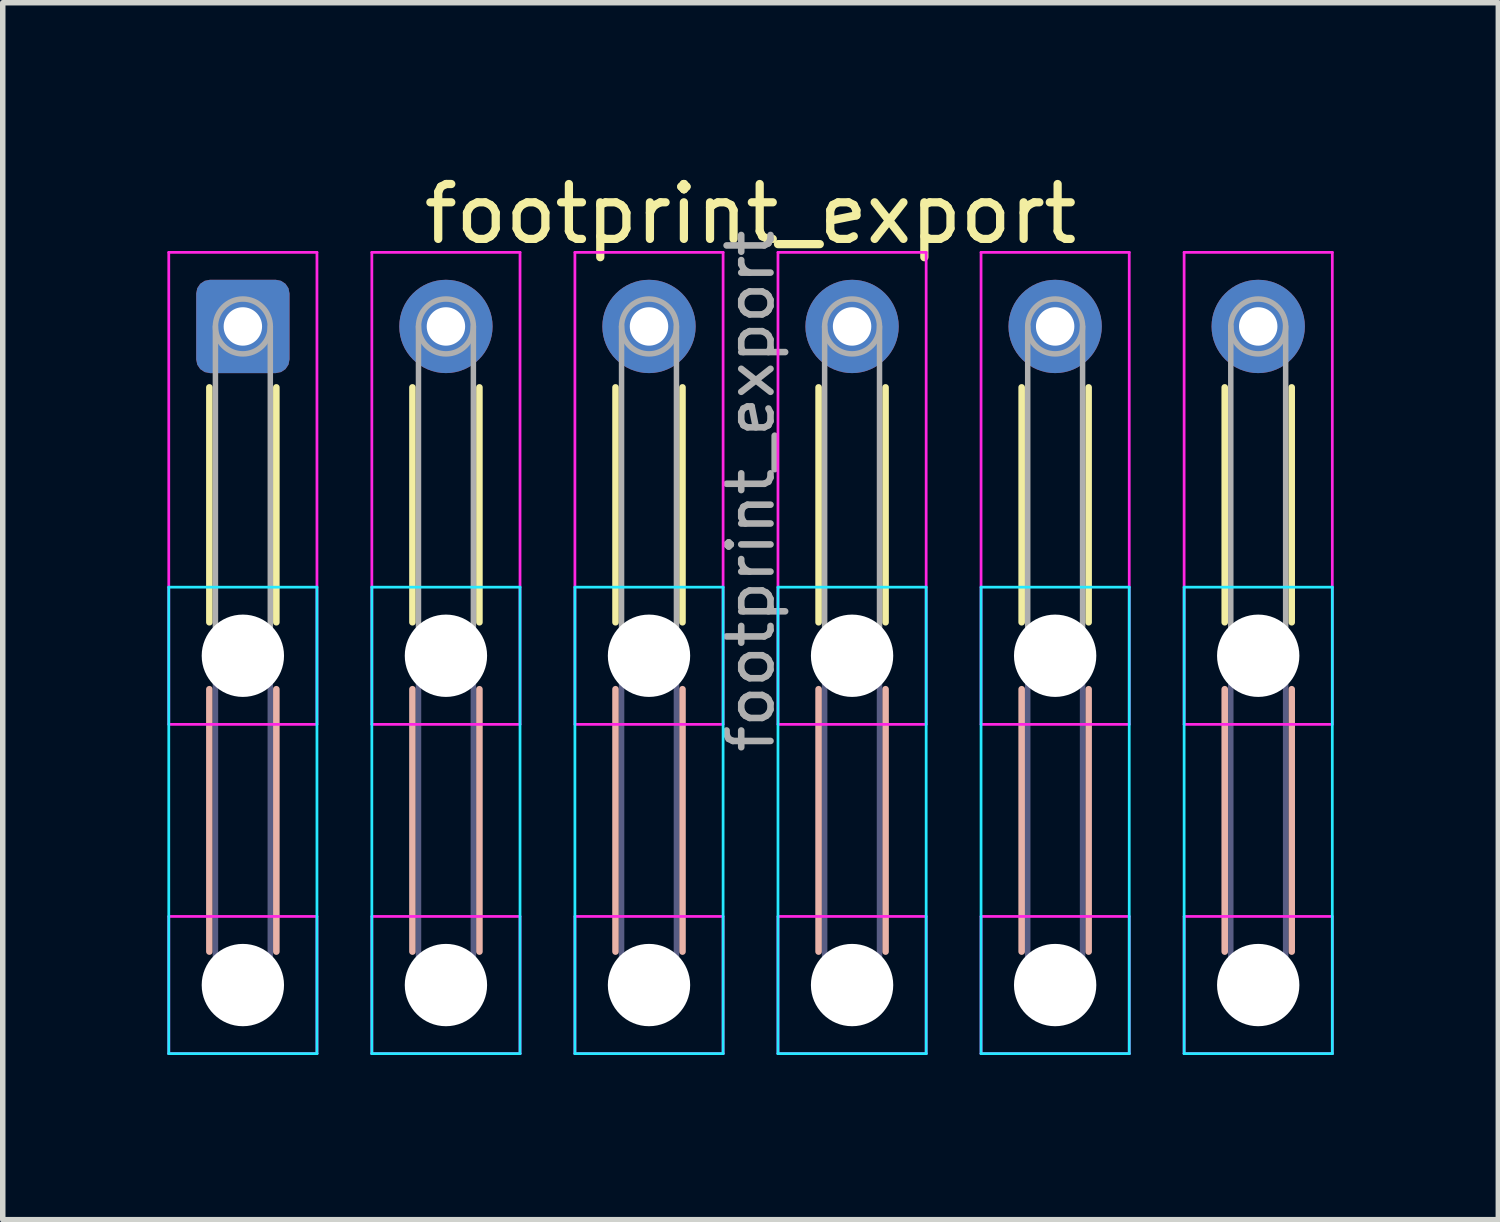
<source format=kicad_pcb>
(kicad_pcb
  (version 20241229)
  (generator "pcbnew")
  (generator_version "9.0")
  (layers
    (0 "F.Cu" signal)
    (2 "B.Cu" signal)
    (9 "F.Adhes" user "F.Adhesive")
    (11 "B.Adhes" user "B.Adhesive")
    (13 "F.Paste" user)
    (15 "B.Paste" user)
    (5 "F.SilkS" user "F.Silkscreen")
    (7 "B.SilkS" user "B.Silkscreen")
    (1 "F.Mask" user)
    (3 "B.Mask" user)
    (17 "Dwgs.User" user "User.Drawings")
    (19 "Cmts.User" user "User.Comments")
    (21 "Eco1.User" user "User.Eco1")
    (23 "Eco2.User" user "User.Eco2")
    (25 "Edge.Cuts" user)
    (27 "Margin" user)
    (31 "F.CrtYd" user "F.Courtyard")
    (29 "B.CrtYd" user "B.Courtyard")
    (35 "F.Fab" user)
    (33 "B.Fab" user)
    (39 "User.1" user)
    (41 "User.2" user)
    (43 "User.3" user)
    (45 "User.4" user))
  (footprint "footprint_export"
    (layer "F.Cu")
    (at 1.375 2.898)
    (property "Reference" "footprint_export" (at 9.25 -2.05 0) (layer "F.SilkS") (effects (font (size 1 1) (thickness 0.15))))
    (attr exclude_from_pos_files exclude_from_bom)
    (fp_line (start -0.61 1.11) (end -0.61 5.39) (stroke (width 0.12) (type solid)) (layer "F.SilkS"))
    (fp_line (start 0.61 1.11) (end 0.61 5.39) (stroke (width 0.12) (type solid)) (layer "F.SilkS"))
    (fp_line (start 3.09 1.11) (end 3.09 5.39) (stroke (width 0.12) (type solid)) (layer "F.SilkS"))
    (fp_line (start 4.31 1.11) (end 4.31 5.39) (stroke (width 0.12) (type solid)) (layer "F.SilkS"))
    (fp_line (start 6.79 1.11) (end 6.79 5.39) (stroke (width 0.12) (type solid)) (layer "F.SilkS"))
    (fp_line (start 8.01 1.11) (end 8.01 5.39) (stroke (width 0.12) (type solid)) (layer "F.SilkS"))
    (fp_line (start 10.49 1.11) (end 10.49 5.39) (stroke (width 0.12) (type solid)) (layer "F.SilkS"))
    (fp_line (start 11.71 1.11) (end 11.71 5.39) (stroke (width 0.12) (type solid)) (layer "F.SilkS"))
    (fp_line (start 14.19 1.11) (end 14.19 5.39) (stroke (width 0.12) (type solid)) (layer "F.SilkS"))
    (fp_line (start 15.41 1.11) (end 15.41 5.39) (stroke (width 0.12) (type solid)) (layer "F.SilkS"))
    (fp_line (start 17.89 1.11) (end 17.89 5.39) (stroke (width 0.12) (type solid)) (layer "F.SilkS"))
    (fp_line (start 19.11 1.11) (end 19.11 5.39) (stroke (width 0.12) (type solid)) (layer "F.SilkS"))
    (fp_line (start -0.61 6.61) (end -0.61 11.39) (stroke (width 0.12) (type solid)) (layer "B.SilkS"))
    (fp_line (start 0.61 6.61) (end 0.61 11.39) (stroke (width 0.12) (type solid)) (layer "B.SilkS"))
    (fp_line (start 3.09 6.61) (end 3.09 11.39) (stroke (width 0.12) (type solid)) (layer "B.SilkS"))
    (fp_line (start 4.31 6.61) (end 4.31 11.39) (stroke (width 0.12) (type solid)) (layer "B.SilkS"))
    (fp_line (start 6.79 6.61) (end 6.79 11.39) (stroke (width 0.12) (type solid)) (layer "B.SilkS"))
    (fp_line (start 8.01 6.61) (end 8.01 11.39) (stroke (width 0.12) (type solid)) (layer "B.SilkS"))
    (fp_line (start 10.49 6.61) (end 10.49 11.39) (stroke (width 0.12) (type solid)) (layer "B.SilkS"))
    (fp_line (start 11.71 6.61) (end 11.71 11.39) (stroke (width 0.12) (type solid)) (layer "B.SilkS"))
    (fp_line (start 14.19 6.61) (end 14.19 11.39) (stroke (width 0.12) (type solid)) (layer "B.SilkS"))
    (fp_line (start 15.41 6.61) (end 15.41 11.39) (stroke (width 0.12) (type solid)) (layer "B.SilkS"))
    (fp_line (start 17.89 6.61) (end 17.89 11.39) (stroke (width 0.12) (type solid)) (layer "B.SilkS"))
    (fp_line (start 19.11 6.61) (end 19.11 11.39) (stroke (width 0.12) (type solid)) (layer "B.SilkS"))
    (fp_line (start -1.35 4.75) (end -1.35 13.25) (stroke (width 0.05) (type solid)) (layer "B.CrtYd"))
    (fp_line (start -1.35 13.25) (end 1.35 13.25) (stroke (width 0.05) (type solid)) (layer "B.CrtYd"))
    (fp_line (start 1.35 4.75) (end -1.35 4.75) (stroke (width 0.05) (type solid)) (layer "B.CrtYd"))
    (fp_line (start 1.35 13.25) (end 1.35 4.75) (stroke (width 0.05) (type solid)) (layer "B.CrtYd"))
    (fp_line (start 2.35 4.75) (end 2.35 13.25) (stroke (width 0.05) (type solid)) (layer "B.CrtYd"))
    (fp_line (start 2.35 13.25) (end 5.05 13.25) (stroke (width 0.05) (type solid)) (layer "B.CrtYd"))
    (fp_line (start 5.05 4.75) (end 2.35 4.75) (stroke (width 0.05) (type solid)) (layer "B.CrtYd"))
    (fp_line (start 5.05 13.25) (end 5.05 4.75) (stroke (width 0.05) (type solid)) (layer "B.CrtYd"))
    (fp_line (start 6.05 4.75) (end 6.05 13.25) (stroke (width 0.05) (type solid)) (layer "B.CrtYd"))
    (fp_line (start 6.05 13.25) (end 8.75 13.25) (stroke (width 0.05) (type solid)) (layer "B.CrtYd"))
    (fp_line (start 8.75 4.75) (end 6.05 4.75) (stroke (width 0.05) (type solid)) (layer "B.CrtYd"))
    (fp_line (start 8.75 13.25) (end 8.75 4.75) (stroke (width 0.05) (type solid)) (layer "B.CrtYd"))
    (fp_line (start 9.75 4.75) (end 9.75 13.25) (stroke (width 0.05) (type solid)) (layer "B.CrtYd"))
    (fp_line (start 9.75 13.25) (end 12.45 13.25) (stroke (width 0.05) (type solid)) (layer "B.CrtYd"))
    (fp_line (start 12.45 4.75) (end 9.75 4.75) (stroke (width 0.05) (type solid)) (layer "B.CrtYd"))
    (fp_line (start 12.45 13.25) (end 12.45 4.75) (stroke (width 0.05) (type solid)) (layer "B.CrtYd"))
    (fp_line (start 13.45 4.75) (end 13.45 13.25) (stroke (width 0.05) (type solid)) (layer "B.CrtYd"))
    (fp_line (start 13.45 13.25) (end 16.15 13.25) (stroke (width 0.05) (type solid)) (layer "B.CrtYd"))
    (fp_line (start 16.15 4.75) (end 13.45 4.75) (stroke (width 0.05) (type solid)) (layer "B.CrtYd"))
    (fp_line (start 16.15 13.25) (end 16.15 4.75) (stroke (width 0.05) (type solid)) (layer "B.CrtYd"))
    (fp_line (start 17.15 4.75) (end 17.15 13.25) (stroke (width 0.05) (type solid)) (layer "B.CrtYd"))
    (fp_line (start 17.15 13.25) (end 19.85 13.25) (stroke (width 0.05) (type solid)) (layer "B.CrtYd"))
    (fp_line (start 19.85 4.75) (end 17.15 4.75) (stroke (width 0.05) (type solid)) (layer "B.CrtYd"))
    (fp_line (start 19.85 13.25) (end 19.85 4.75) (stroke (width 0.05) (type solid)) (layer "B.CrtYd"))
    (fp_line (start -1.35 -1.35) (end -1.35 7.25) (stroke (width 0.05) (type solid)) (layer "F.CrtYd"))
    (fp_line (start -1.35 7.25) (end 1.35 7.25) (stroke (width 0.05) (type solid)) (layer "F.CrtYd"))
    (fp_line (start -1.35 10.75) (end -1.35 13.25) (stroke (width 0.05) (type solid)) (layer "F.CrtYd"))
    (fp_line (start -1.35 13.25) (end 1.35 13.25) (stroke (width 0.05) (type solid)) (layer "F.CrtYd"))
    (fp_line (start 1.35 -1.35) (end -1.35 -1.35) (stroke (width 0.05) (type solid)) (layer "F.CrtYd"))
    (fp_line (start 1.35 7.25) (end 1.35 -1.35) (stroke (width 0.05) (type solid)) (layer "F.CrtYd"))
    (fp_line (start 1.35 10.75) (end -1.35 10.75) (stroke (width 0.05) (type solid)) (layer "F.CrtYd"))
    (fp_line (start 1.35 13.25) (end 1.35 10.75) (stroke (width 0.05) (type solid)) (layer "F.CrtYd"))
    (fp_line (start 2.35 -1.35) (end 2.35 7.25) (stroke (width 0.05) (type solid)) (layer "F.CrtYd"))
    (fp_line (start 2.35 7.25) (end 5.05 7.25) (stroke (width 0.05) (type solid)) (layer "F.CrtYd"))
    (fp_line (start 2.35 10.75) (end 2.35 13.25) (stroke (width 0.05) (type solid)) (layer "F.CrtYd"))
    (fp_line (start 2.35 13.25) (end 5.05 13.25) (stroke (width 0.05) (type solid)) (layer "F.CrtYd"))
    (fp_line (start 5.05 -1.35) (end 2.35 -1.35) (stroke (width 0.05) (type solid)) (layer "F.CrtYd"))
    (fp_line (start 5.05 7.25) (end 5.05 -1.35) (stroke (width 0.05) (type solid)) (layer "F.CrtYd"))
    (fp_line (start 5.05 10.75) (end 2.35 10.75) (stroke (width 0.05) (type solid)) (layer "F.CrtYd"))
    (fp_line (start 5.05 13.25) (end 5.05 10.75) (stroke (width 0.05) (type solid)) (layer "F.CrtYd"))
    (fp_line (start 6.05 -1.35) (end 6.05 7.25) (stroke (width 0.05) (type solid)) (layer "F.CrtYd"))
    (fp_line (start 6.05 7.25) (end 8.75 7.25) (stroke (width 0.05) (type solid)) (layer "F.CrtYd"))
    (fp_line (start 6.05 10.75) (end 6.05 13.25) (stroke (width 0.05) (type solid)) (layer "F.CrtYd"))
    (fp_line (start 6.05 13.25) (end 8.75 13.25) (stroke (width 0.05) (type solid)) (layer "F.CrtYd"))
    (fp_line (start 8.75 -1.35) (end 6.05 -1.35) (stroke (width 0.05) (type solid)) (layer "F.CrtYd"))
    (fp_line (start 8.75 7.25) (end 8.75 -1.35) (stroke (width 0.05) (type solid)) (layer "F.CrtYd"))
    (fp_line (start 8.75 10.75) (end 6.05 10.75) (stroke (width 0.05) (type solid)) (layer "F.CrtYd"))
    (fp_line (start 8.75 13.25) (end 8.75 10.75) (stroke (width 0.05) (type solid)) (layer "F.CrtYd"))
    (fp_line (start 9.75 -1.35) (end 9.75 7.25) (stroke (width 0.05) (type solid)) (layer "F.CrtYd"))
    (fp_line (start 9.75 7.25) (end 12.45 7.25) (stroke (width 0.05) (type solid)) (layer "F.CrtYd"))
    (fp_line (start 9.75 10.75) (end 9.75 13.25) (stroke (width 0.05) (type solid)) (layer "F.CrtYd"))
    (fp_line (start 9.75 13.25) (end 12.45 13.25) (stroke (width 0.05) (type solid)) (layer "F.CrtYd"))
    (fp_line (start 12.45 -1.35) (end 9.75 -1.35) (stroke (width 0.05) (type solid)) (layer "F.CrtYd"))
    (fp_line (start 12.45 7.25) (end 12.45 -1.35) (stroke (width 0.05) (type solid)) (layer "F.CrtYd"))
    (fp_line (start 12.45 10.75) (end 9.75 10.75) (stroke (width 0.05) (type solid)) (layer "F.CrtYd"))
    (fp_line (start 12.45 13.25) (end 12.45 10.75) (stroke (width 0.05) (type solid)) (layer "F.CrtYd"))
    (fp_line (start 13.45 -1.35) (end 13.45 7.25) (stroke (width 0.05) (type solid)) (layer "F.CrtYd"))
    (fp_line (start 13.45 7.25) (end 16.15 7.25) (stroke (width 0.05) (type solid)) (layer "F.CrtYd"))
    (fp_line (start 13.45 10.75) (end 13.45 13.25) (stroke (width 0.05) (type solid)) (layer "F.CrtYd"))
    (fp_line (start 13.45 13.25) (end 16.15 13.25) (stroke (width 0.05) (type solid)) (layer "F.CrtYd"))
    (fp_line (start 16.15 -1.35) (end 13.45 -1.35) (stroke (width 0.05) (type solid)) (layer "F.CrtYd"))
    (fp_line (start 16.15 7.25) (end 16.15 -1.35) (stroke (width 0.05) (type solid)) (layer "F.CrtYd"))
    (fp_line (start 16.15 10.75) (end 13.45 10.75) (stroke (width 0.05) (type solid)) (layer "F.CrtYd"))
    (fp_line (start 16.15 13.25) (end 16.15 10.75) (stroke (width 0.05) (type solid)) (layer "F.CrtYd"))
    (fp_line (start 17.15 -1.35) (end 17.15 7.25) (stroke (width 0.05) (type solid)) (layer "F.CrtYd"))
    (fp_line (start 17.15 7.25) (end 19.85 7.25) (stroke (width 0.05) (type solid)) (layer "F.CrtYd"))
    (fp_line (start 17.15 10.75) (end 17.15 13.25) (stroke (width 0.05) (type solid)) (layer "F.CrtYd"))
    (fp_line (start 17.15 13.25) (end 19.85 13.25) (stroke (width 0.05) (type solid)) (layer "F.CrtYd"))
    (fp_line (start 19.85 -1.35) (end 17.15 -1.35) (stroke (width 0.05) (type solid)) (layer "F.CrtYd"))
    (fp_line (start 19.85 7.25) (end 19.85 -1.35) (stroke (width 0.05) (type solid)) (layer "F.CrtYd"))
    (fp_line (start 19.85 10.75) (end 17.15 10.75) (stroke (width 0.05) (type solid)) (layer "F.CrtYd"))
    (fp_line (start 19.85 13.25) (end 19.85 10.75) (stroke (width 0.05) (type solid)) (layer "F.CrtYd"))
    (fp_line (start -0.5 6) (end -0.5 12) (stroke (width 0.1) (type solid)) (layer "B.Fab"))
    (fp_line (start 0.5 6) (end 0.5 12) (stroke (width 0.1) (type solid)) (layer "B.Fab"))
    (fp_line (start 3.2 6) (end 3.2 12) (stroke (width 0.1) (type solid)) (layer "B.Fab"))
    (fp_line (start 4.2 6) (end 4.2 12) (stroke (width 0.1) (type solid)) (layer "B.Fab"))
    (fp_line (start 6.9 6) (end 6.9 12) (stroke (width 0.1) (type solid)) (layer "B.Fab"))
    (fp_line (start 7.9 6) (end 7.9 12) (stroke (width 0.1) (type solid)) (layer "B.Fab"))
    (fp_line (start 10.6 6) (end 10.6 12) (stroke (width 0.1) (type solid)) (layer "B.Fab"))
    (fp_line (start 11.6 6) (end 11.6 12) (stroke (width 0.1) (type solid)) (layer "B.Fab"))
    (fp_line (start 14.3 6) (end 14.3 12) (stroke (width 0.1) (type solid)) (layer "B.Fab"))
    (fp_line (start 15.3 6) (end 15.3 12) (stroke (width 0.1) (type solid)) (layer "B.Fab"))
    (fp_line (start 18 6) (end 18 12) (stroke (width 0.1) (type solid)) (layer "B.Fab"))
    (fp_line (start 19 6) (end 19 12) (stroke (width 0.1) (type solid)) (layer "B.Fab"))
    (fp_circle (center 0 6) (end 0.5 6) (stroke (width 0.1) (type solid)) (fill no) (layer "B.Fab"))
    (fp_circle (center 0 12) (end 0.5 12) (stroke (width 0.1) (type solid)) (fill no) (layer "B.Fab"))
    (fp_circle (center 3.7 6) (end 4.2 6) (stroke (width 0.1) (type solid)) (fill no) (layer "B.Fab"))
    (fp_circle (center 3.7 12) (end 4.2 12) (stroke (width 0.1) (type solid)) (fill no) (layer "B.Fab"))
    (fp_circle (center 7.4 6) (end 7.9 6) (stroke (width 0.1) (type solid)) (fill no) (layer "B.Fab"))
    (fp_circle (center 7.4 12) (end 7.9 12) (stroke (width 0.1) (type solid)) (fill no) (layer "B.Fab"))
    (fp_circle (center 11.1 6) (end 11.6 6) (stroke (width 0.1) (type solid)) (fill no) (layer "B.Fab"))
    (fp_circle (center 11.1 12) (end 11.6 12) (stroke (width 0.1) (type solid)) (fill no) (layer "B.Fab"))
    (fp_circle (center 14.8 6) (end 15.3 6) (stroke (width 0.1) (type solid)) (fill no) (layer "B.Fab"))
    (fp_circle (center 14.8 12) (end 15.3 12) (stroke (width 0.1) (type solid)) (fill no) (layer "B.Fab"))
    (fp_circle (center 18.5 6) (end 19 6) (stroke (width 0.1) (type solid)) (fill no) (layer "B.Fab"))
    (fp_circle (center 18.5 12) (end 19 12) (stroke (width 0.1) (type solid)) (fill no) (layer "B.Fab"))
    (fp_line (start -0.5 0) (end -0.5 6) (stroke (width 0.1) (type solid)) (layer "F.Fab"))
    (fp_line (start 0.5 0) (end 0.5 6) (stroke (width 0.1) (type solid)) (layer "F.Fab"))
    (fp_line (start 3.2 0) (end 3.2 6) (stroke (width 0.1) (type solid)) (layer "F.Fab"))
    (fp_line (start 4.2 0) (end 4.2 6) (stroke (width 0.1) (type solid)) (layer "F.Fab"))
    (fp_line (start 6.9 0) (end 6.9 6) (stroke (width 0.1) (type solid)) (layer "F.Fab"))
    (fp_line (start 7.9 0) (end 7.9 6) (stroke (width 0.1) (type solid)) (layer "F.Fab"))
    (fp_line (start 10.6 0) (end 10.6 6) (stroke (width 0.1) (type solid)) (layer "F.Fab"))
    (fp_line (start 11.6 0) (end 11.6 6) (stroke (width 0.1) (type solid)) (layer "F.Fab"))
    (fp_line (start 14.3 0) (end 14.3 6) (stroke (width 0.1) (type solid)) (layer "F.Fab"))
    (fp_line (start 15.3 0) (end 15.3 6) (stroke (width 0.1) (type solid)) (layer "F.Fab"))
    (fp_line (start 18 0) (end 18 6) (stroke (width 0.1) (type solid)) (layer "F.Fab"))
    (fp_line (start 19 0) (end 19 6) (stroke (width 0.1) (type solid)) (layer "F.Fab"))
    (fp_circle (center 0 0) (end 0.5 0) (stroke (width 0.1) (type solid)) (fill no) (layer "F.Fab"))
    (fp_circle (center 0 6) (end 0.5 6) (stroke (width 0.1) (type solid)) (fill no) (layer "F.Fab"))
    (fp_circle (center 0 12) (end 0.5 12) (stroke (width 0.1) (type solid)) (fill no) (layer "F.Fab"))
    (fp_circle (center 3.7 0) (end 4.2 0) (stroke (width 0.1) (type solid)) (fill no) (layer "F.Fab"))
    (fp_circle (center 3.7 6) (end 4.2 6) (stroke (width 0.1) (type solid)) (fill no) (layer "F.Fab"))
    (fp_circle (center 3.7 12) (end 4.2 12) (stroke (width 0.1) (type solid)) (fill no) (layer "F.Fab"))
    (fp_circle (center 7.4 0) (end 7.9 0) (stroke (width 0.1) (type solid)) (fill no) (layer "F.Fab"))
    (fp_circle (center 7.4 6) (end 7.9 6) (stroke (width 0.1) (type solid)) (fill no) (layer "F.Fab"))
    (fp_circle (center 7.4 12) (end 7.9 12) (stroke (width 0.1) (type solid)) (fill no) (layer "F.Fab"))
    (fp_circle (center 11.1 0) (end 11.6 0) (stroke (width 0.1) (type solid)) (fill no) (layer "F.Fab"))
    (fp_circle (center 11.1 6) (end 11.6 6) (stroke (width 0.1) (type solid)) (fill no) (layer "F.Fab"))
    (fp_circle (center 11.1 12) (end 11.6 12) (stroke (width 0.1) (type solid)) (fill no) (layer "F.Fab"))
    (fp_circle (center 14.8 0) (end 15.3 0) (stroke (width 0.1) (type solid)) (fill no) (layer "F.Fab"))
    (fp_circle (center 14.8 6) (end 15.3 6) (stroke (width 0.1) (type solid)) (fill no) (layer "F.Fab"))
    (fp_circle (center 14.8 12) (end 15.3 12) (stroke (width 0.1) (type solid)) (fill no) (layer "F.Fab"))
    (fp_circle (center 18.5 0) (end 19 0) (stroke (width 0.1) (type solid)) (fill no) (layer "F.Fab"))
    (fp_circle (center 18.5 6) (end 19 6) (stroke (width 0.1) (type solid)) (fill no) (layer "F.Fab"))
    (fp_circle (center 18.5 12) (end 19 12) (stroke (width 0.1) (type solid)) (fill no) (layer "F.Fab"))
    (fp_text user "${REFERENCE}" (at 9.25 3 90) (layer "F.Fab") (effects (font (size 0.8 0.8) (thickness 0.12))))
    (pad "" np_thru_hole circle (at 0 6) (size 1.5 1.5) (drill 1.5) (layers "*.Cu" "*.Mask"))
    (pad "" np_thru_hole circle (at 0 12) (size 1.5 1.5) (drill 1.5) (layers "*.Cu" "*.Mask"))
    (pad "" np_thru_hole circle (at 3.7 6) (size 1.5 1.5) (drill 1.5) (layers "*.Cu" "*.Mask"))
    (pad "" np_thru_hole circle (at 3.7 12) (size 1.5 1.5) (drill 1.5) (layers "*.Cu" "*.Mask"))
    (pad "" np_thru_hole circle (at 7.4 6) (size 1.5 1.5) (drill 1.5) (layers "*.Cu" "*.Mask"))
    (pad "" np_thru_hole circle (at 7.4 12) (size 1.5 1.5) (drill 1.5) (layers "*.Cu" "*.Mask"))
    (pad "" np_thru_hole circle (at 11.1 6) (size 1.5 1.5) (drill 1.5) (layers "*.Cu" "*.Mask"))
    (pad "" np_thru_hole circle (at 11.1 12) (size 1.5 1.5) (drill 1.5) (layers "*.Cu" "*.Mask"))
    (pad "" np_thru_hole circle (at 14.8 6) (size 1.5 1.5) (drill 1.5) (layers "*.Cu" "*.Mask"))
    (pad "" np_thru_hole circle (at 14.8 12) (size 1.5 1.5) (drill 1.5) (layers "*.Cu" "*.Mask"))
    (pad "" np_thru_hole circle (at 18.5 6) (size 1.5 1.5) (drill 1.5) (layers "*.Cu" "*.Mask"))
    (pad "" np_thru_hole circle (at 18.5 12) (size 1.5 1.5) (drill 1.5) (layers "*.Cu" "*.Mask"))
    (pad "1" thru_hole roundrect (at 0 0) (size 1.7 1.7) (drill 0.7) (layers "*.Cu" "*.Mask") (roundrect_rratio 0.147))
    (pad "2" thru_hole circle (at 3.7 0) (size 1.7 1.7) (drill 0.7) (layers "*.Cu" "*.Mask"))
    (pad "3" thru_hole circle (at 7.4 0) (size 1.7 1.7) (drill 0.7) (layers "*.Cu" "*.Mask"))
    (pad "4" thru_hole circle (at 11.1 0) (size 1.7 1.7) (drill 0.7) (layers "*.Cu" "*.Mask"))
    (pad "5" thru_hole circle (at 14.8 0) (size 1.7 1.7) (drill 0.7) (layers "*.Cu" "*.Mask"))
    (pad "6" thru_hole circle (at 18.5 0) (size 1.7 1.7) (drill 0.7) (layers "*.Cu" "*.Mask")))
  (gr_rect
    (start -3 -3)
    (end 24.25 19.173)
    (stroke (width 0.1) (type default))
    (fill no)
    (layer "Edge.Cuts")))
</source>
